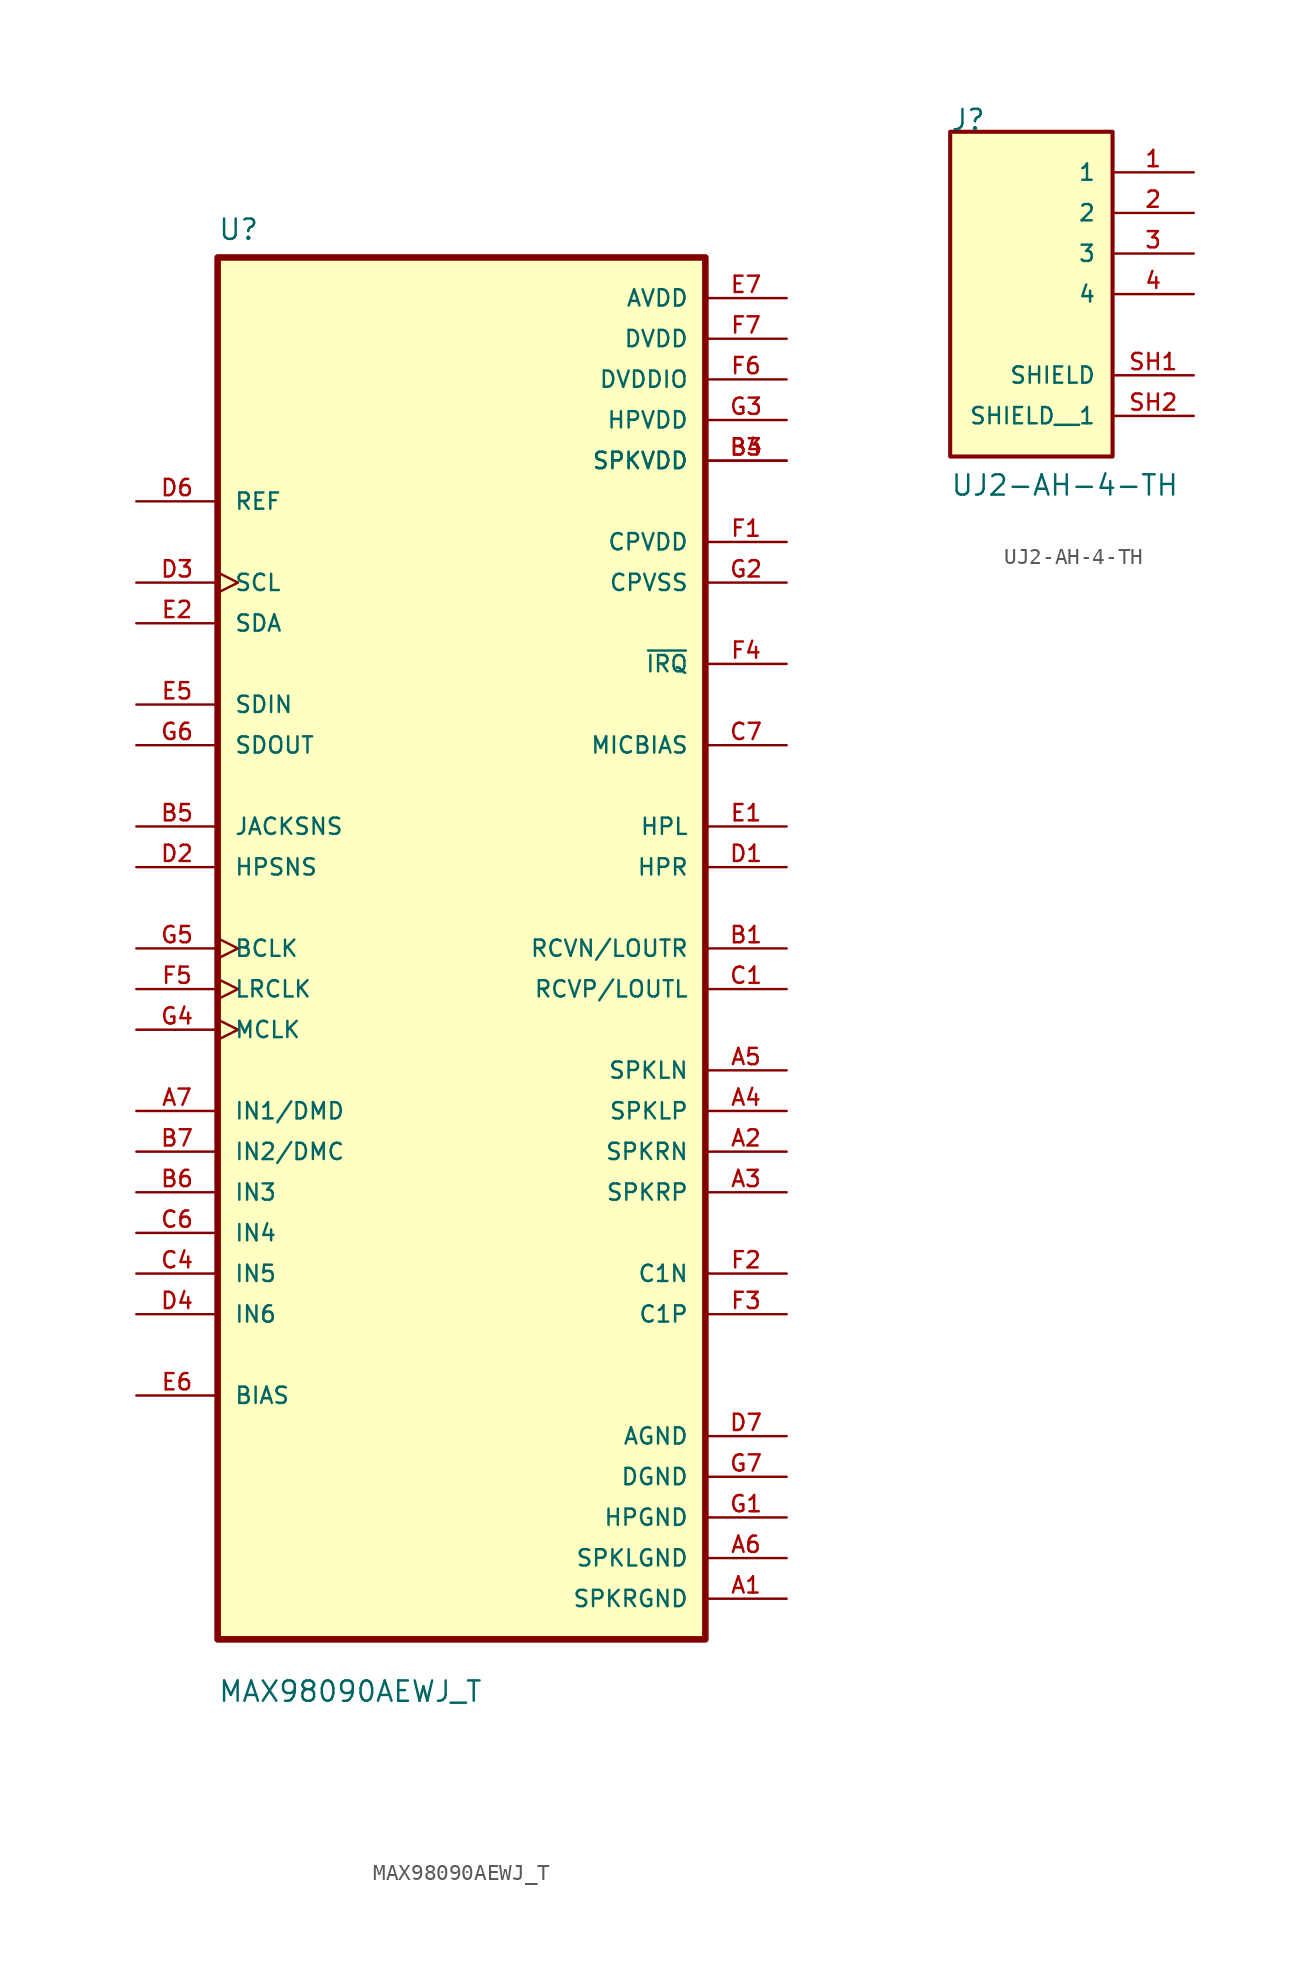
<source format=kicad_sym>
(kicad_symbol_lib
  (version 20231120)
  (generator "kicad_symbol_editor")
  (generator_version "8.0")
  (symbol "MAX98090AEWJ_T"
    (pin_names
      (offset 1.016))
    (property "Reference" "U"
      (at -15.24 44.18 0)
      (effects (font (size 1.27 1.27)) (justify left bottom)))
    (property "Value" "MAX98090AEWJ_T"
      (at -15.24 -47.18 0)
      (effects (font (size 1.27 1.27)) (justify left bottom)))
    (symbol "MAX98090AEWJ_T_0_0"
      (rectangle (start -15.24 -43.18) (end 15.24 43.18) (stroke (width 0.41) (type default)) (fill (type background)))
      (pin power_in line (at 20.32 -40.64 180) (length 5.08) (name "SPKRGND" (effects (font (size 1.016 1.016)))) (number "A1" (effects (font (size 1.016 1.016)))))
      (pin output line (at 20.32 -12.7 180) (length 5.08) (name "SPKRN" (effects (font (size 1.016 1.016)))) (number "A2" (effects (font (size 1.016 1.016)))))
      (pin output line (at 20.32 -15.24 180) (length 5.08) (name "SPKRP" (effects (font (size 1.016 1.016)))) (number "A3" (effects (font (size 1.016 1.016)))))
      (pin output line (at 20.32 -10.16 180) (length 5.08) (name "SPKLP" (effects (font (size 1.016 1.016)))) (number "A4" (effects (font (size 1.016 1.016)))))
      (pin output line (at 20.32 -7.62 180) (length 5.08) (name "SPKLN" (effects (font (size 1.016 1.016)))) (number "A5" (effects (font (size 1.016 1.016)))))
      (pin power_in line (at 20.32 -38.1 180) (length 5.08) (name "SPKLGND" (effects (font (size 1.016 1.016)))) (number "A6" (effects (font (size 1.016 1.016)))))
      (pin input line (at -20.32 -10.16 0) (length 5.08) (name "IN1/DMD" (effects (font (size 1.016 1.016)))) (number "A7" (effects (font (size 1.016 1.016)))))
      (pin output line (at 20.32 0 180) (length 5.08) (name "RCVN/LOUTR" (effects (font (size 1.016 1.016)))) (number "B1" (effects (font (size 1.016 1.016)))))
      (pin power_in line (at 20.32 30.48 180) (length 5.08) (name "SPKVDD" (effects (font (size 1.016 1.016)))) (number "B3" (effects (font (size 1.016 1.016)))))
      (pin power_in line (at 20.32 30.48 180) (length 5.08) (name "SPKVDD" (effects (font (size 1.016 1.016)))) (number "B4" (effects (font (size 1.016 1.016)))))
      (pin input line (at -20.32 7.62 0) (length 5.08) (name "JACKSNS" (effects (font (size 1.016 1.016)))) (number "B5" (effects (font (size 1.016 1.016)))))
      (pin input line (at -20.32 -15.24 0) (length 5.08) (name "IN3" (effects (font (size 1.016 1.016)))) (number "B6" (effects (font (size 1.016 1.016)))))
      (pin input line (at -20.32 -12.7 0) (length 5.08) (name "IN2/DMC" (effects (font (size 1.016 1.016)))) (number "B7" (effects (font (size 1.016 1.016)))))
      (pin output line (at 20.32 -2.54 180) (length 5.08) (name "RCVP/LOUTL" (effects (font (size 1.016 1.016)))) (number "C1" (effects (font (size 1.016 1.016)))))
      (pin input line (at -20.32 -20.32 0) (length 5.08) (name "IN5" (effects (font (size 1.016 1.016)))) (number "C4" (effects (font (size 1.016 1.016)))))
      (pin input line (at -20.32 -17.78 0) (length 5.08) (name "IN4" (effects (font (size 1.016 1.016)))) (number "C6" (effects (font (size 1.016 1.016)))))
      (pin output line (at 20.32 12.7 180) (length 5.08) (name "MICBIAS" (effects (font (size 1.016 1.016)))) (number "C7" (effects (font (size 1.016 1.016)))))
      (pin output line (at 20.32 5.08 180) (length 5.08) (name "HPR" (effects (font (size 1.016 1.016)))) (number "D1" (effects (font (size 1.016 1.016)))))
      (pin input line (at -20.32 5.08 0) (length 5.08) (name "HPSNS" (effects (font (size 1.016 1.016)))) (number "D2" (effects (font (size 1.016 1.016)))))
      (pin input clock (at -20.32 22.86 0) (length 5.08) (name "SCL" (effects (font (size 1.016 1.016)))) (number "D3" (effects (font (size 1.016 1.016)))))
      (pin input line (at -20.32 -22.86 0) (length 5.08) (name "IN6" (effects (font (size 1.016 1.016)))) (number "D4" (effects (font (size 1.016 1.016)))))
      (pin input line (at -20.32 27.94 0) (length 5.08) (name "REF" (effects (font (size 1.016 1.016)))) (number "D6" (effects (font (size 1.016 1.016)))))
      (pin power_in line (at 20.32 -30.48 180) (length 5.08) (name "AGND" (effects (font (size 1.016 1.016)))) (number "D7" (effects (font (size 1.016 1.016)))))
      (pin output line (at 20.32 7.62 180) (length 5.08) (name "HPL" (effects (font (size 1.016 1.016)))) (number "E1" (effects (font (size 1.016 1.016)))))
      (pin bidirectional line (at -20.32 20.32 0) (length 5.08) (name "SDA" (effects (font (size 1.016 1.016)))) (number "E2" (effects (font (size 1.016 1.016)))))
      (pin input line (at -20.32 15.24 0) (length 5.08) (name "SDIN" (effects (font (size 1.016 1.016)))) (number "E5" (effects (font (size 1.016 1.016)))))
      (pin passive line (at -20.32 -27.94 0) (length 5.08) (name "BIAS" (effects (font (size 1.016 1.016)))) (number "E6" (effects (font (size 1.016 1.016)))))
      (pin power_in line (at 20.32 40.64 180) (length 5.08) (name "AVDD" (effects (font (size 1.016 1.016)))) (number "E7" (effects (font (size 1.016 1.016)))))
      (pin output line (at 20.32 25.4 180) (length 5.08) (name "CPVDD" (effects (font (size 1.016 1.016)))) (number "F1" (effects (font (size 1.016 1.016)))))
      (pin passive line (at 20.32 -20.32 180) (length 5.08) (name "C1N" (effects (font (size 1.016 1.016)))) (number "F2" (effects (font (size 1.016 1.016)))))
      (pin passive line (at 20.32 -22.86 180) (length 5.08) (name "C1P" (effects (font (size 1.016 1.016)))) (number "F3" (effects (font (size 1.016 1.016)))))
      (pin output line (at 20.32 17.78 180) (length 5.08) (name "~{IRQ}" (effects (font (size 1.016 1.016)))) (number "F4" (effects (font (size 1.016 1.016)))))
      (pin input clock (at -20.32 -2.54 0) (length 5.08) (name "LRCLK" (effects (font (size 1.016 1.016)))) (number "F5" (effects (font (size 1.016 1.016)))))
      (pin power_in line (at 20.32 35.56 180) (length 5.08) (name "DVDDIO" (effects (font (size 1.016 1.016)))) (number "F6" (effects (font (size 1.016 1.016)))))
      (pin power_in line (at 20.32 38.1 180) (length 5.08) (name "DVDD" (effects (font (size 1.016 1.016)))) (number "F7" (effects (font (size 1.016 1.016)))))
      (pin power_in line (at 20.32 -35.56 180) (length 5.08) (name "HPGND" (effects (font (size 1.016 1.016)))) (number "G1" (effects (font (size 1.016 1.016)))))
      (pin output line (at 20.32 22.86 180) (length 5.08) (name "CPVSS" (effects (font (size 1.016 1.016)))) (number "G2" (effects (font (size 1.016 1.016)))))
      (pin power_in line (at 20.32 33.02 180) (length 5.08) (name "HPVDD" (effects (font (size 1.016 1.016)))) (number "G3" (effects (font (size 1.016 1.016)))))
      (pin input clock (at -20.32 -5.08 0) (length 5.08) (name "MCLK" (effects (font (size 1.016 1.016)))) (number "G4" (effects (font (size 1.016 1.016)))))
      (pin input clock (at -20.32 0 0) (length 5.08) (name "BCLK" (effects (font (size 1.016 1.016)))) (number "G5" (effects (font (size 1.016 1.016)))))
      (pin output line (at -20.32 12.7 0) (length 5.08) (name "SDOUT" (effects (font (size 1.016 1.016)))) (number "G6" (effects (font (size 1.016 1.016)))))
      (pin power_in line (at 20.32 -33.02 180) (length 5.08) (name "DGND" (effects (font (size 1.016 1.016)))) (number "G7" (effects (font (size 1.016 1.016)))))))
  (symbol "UJ2-AH-4-TH"
    (pin_names
      (offset 1.016))
    (property "Reference" "J"
      (at -5.08 7.62 0)
      (effects (font (size 1.27 1.27)) (justify left bottom)))
    (property "Value" "UJ2-AH-4-TH"
      (at -5.083 -15.247 0)
      (effects (font (size 1.27 1.27)) (justify left bottom)))
    (symbol "UJ2-AH-4-TH_0_0"
      (rectangle (start -5.08 -12.7) (end 5.08 7.62) (stroke (width 0.254) (type default)) (fill (type background)))
      (pin passive line (at 10.16 5.08 180) (length 5.08) (name "1" (effects (font (size 1.016 1.016)))) (number "1" (effects (font (size 1.016 1.016)))))
      (pin passive line (at 10.16 2.54 180) (length 5.08) (name "2" (effects (font (size 1.016 1.016)))) (number "2" (effects (font (size 1.016 1.016)))))
      (pin passive line (at 10.16 0 180) (length 5.08) (name "3" (effects (font (size 1.016 1.016)))) (number "3" (effects (font (size 1.016 1.016)))))
      (pin passive line (at 10.16 -2.54 180) (length 5.08) (name "4" (effects (font (size 1.016 1.016)))) (number "4" (effects (font (size 1.016 1.016)))))
      (pin passive line (at 10.16 -7.62 180) (length 5.08) (name "SHIELD" (effects (font (size 1.016 1.016)))) (number "SH1" (effects (font (size 1.016 1.016)))))
      (pin passive line (at 10.16 -10.16 180) (length 5.08) (name "SHIELD__1" (effects (font (size 1.016 1.016)))) (number "SH2" (effects (font (size 1.016 1.016))))))))
</source>
